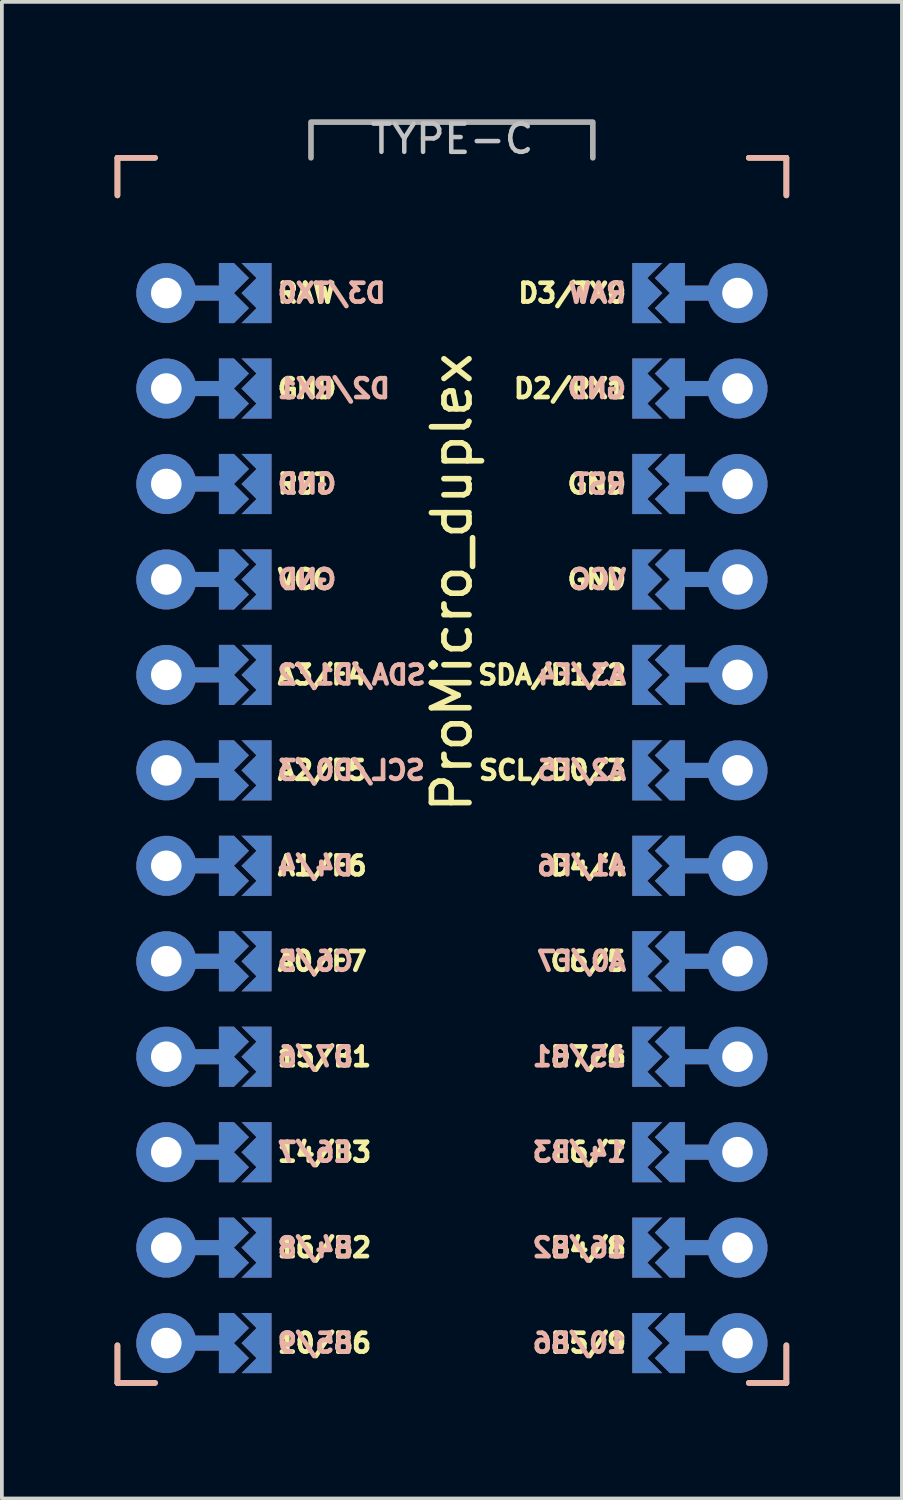
<source format=kicad_pcb>
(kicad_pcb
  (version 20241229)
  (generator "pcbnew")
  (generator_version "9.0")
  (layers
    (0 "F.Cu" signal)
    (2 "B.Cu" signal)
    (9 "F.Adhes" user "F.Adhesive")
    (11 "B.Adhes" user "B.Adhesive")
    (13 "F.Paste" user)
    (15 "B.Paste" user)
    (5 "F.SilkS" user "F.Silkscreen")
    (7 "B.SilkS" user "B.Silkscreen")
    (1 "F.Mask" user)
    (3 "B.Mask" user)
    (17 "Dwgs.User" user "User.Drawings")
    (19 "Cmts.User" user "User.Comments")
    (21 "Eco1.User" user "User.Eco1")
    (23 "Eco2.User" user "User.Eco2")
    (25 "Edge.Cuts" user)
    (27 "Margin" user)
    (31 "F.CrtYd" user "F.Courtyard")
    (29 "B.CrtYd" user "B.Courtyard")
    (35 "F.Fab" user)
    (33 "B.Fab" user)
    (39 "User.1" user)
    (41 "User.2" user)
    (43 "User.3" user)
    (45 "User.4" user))
  (footprint "ProMicro_duplex"
    (layer "F.Cu")
    (at 8.975 17.449)
    (property "Reference" "ProMicro_duplex" (at 0 -5 270) (layer "F.SilkS") (effects (font (size 1 1) (thickness 0.15))))
    (attr through_hole)
    (fp_line (start -8.9 -16.3) (end -8.9 -15.3) (stroke (width 0.15) (type solid)) (layer "F.SilkS"))
    (fp_line (start -8.9 -16.3) (end -7.9 -16.3) (stroke (width 0.15) (type solid)) (layer "F.SilkS"))
    (fp_line (start -8.9 15.3) (end -8.9 16.3) (stroke (width 0.15) (type solid)) (layer "F.SilkS"))
    (fp_line (start -8.9 16.3) (end -7.9 16.3) (stroke (width 0.15) (type solid)) (layer "F.SilkS"))
    (fp_line (start 8.9 -16.3) (end 7.9 -16.3) (stroke (width 0.15) (type solid)) (layer "F.SilkS"))
    (fp_line (start 8.9 -16.3) (end 8.9 -15.3) (stroke (width 0.15) (type solid)) (layer "F.SilkS"))
    (fp_line (start 8.9 15.3) (end 8.9 16.3) (stroke (width 0.15) (type solid)) (layer "F.SilkS"))
    (fp_line (start 8.9 16.3) (end 7.9 16.3) (stroke (width 0.15) (type solid)) (layer "F.SilkS"))
    (fp_line (start -8.9 -16.3) (end -8.9 -15.3) (stroke (width 0.15) (type solid)) (layer "B.SilkS"))
    (fp_line (start -8.9 -16.3) (end -7.9 -16.3) (stroke (width 0.15) (type solid)) (layer "B.SilkS"))
    (fp_line (start -8.9 15.3) (end -8.9 16.3) (stroke (width 0.15) (type solid)) (layer "B.SilkS"))
    (fp_line (start -8.9 16.3) (end -7.9 16.3) (stroke (width 0.15) (type solid)) (layer "B.SilkS"))
    (fp_line (start 8.9 -16.3) (end 7.9 -16.3) (stroke (width 0.15) (type solid)) (layer "B.SilkS"))
    (fp_line (start 8.9 -16.3) (end 8.9 -15.3) (stroke (width 0.15) (type solid)) (layer "B.SilkS"))
    (fp_line (start 8.9 15.3) (end 8.9 16.3) (stroke (width 0.15) (type solid)) (layer "B.SilkS"))
    (fp_line (start 8.9 16.3) (end 7.9 16.3) (stroke (width 0.15) (type solid)) (layer "B.SilkS"))
    (fp_line (start -8.9 -16.3) (end -3.75 -16.3) (stroke (width 0.15) (type solid)) (layer "Eco1.User"))
    (fp_line (start -8.9 16.3) (end -8.9 -16.3) (stroke (width 0.15) (type solid)) (layer "Eco1.User"))
    (fp_line (start -3.75 -16.3) (end 3.75 -16.3) (stroke (width 0.15) (type solid)) (layer "Eco1.User"))
    (fp_line (start 3.75 -16.3) (end 8.9 -16.3) (stroke (width 0.15) (type solid)) (layer "Eco1.User"))
    (fp_line (start 8.9 -16.3) (end 8.9 16.3) (stroke (width 0.15) (type solid)) (layer "Eco1.User"))
    (fp_line (start 8.9 16.3) (end -8.9 16.3) (stroke (width 0.15) (type solid)) (layer "Eco1.User"))
    (fp_line (start -3.75 -17.25) (end 3.75 -17.25) (stroke (width 0.15) (type solid)) (layer "F.Fab"))
    (fp_line (start -3.75 -17.2) (end -3.75 -16.3) (stroke (width 0.15) (type solid)) (layer "F.Fab"))
    (fp_line (start 3.75 -17.2) (end 3.75 -16.3) (stroke (width 0.15) (type solid)) (layer "F.Fab"))
    (fp_text user "C6/5" (at 4.7 5.08 0) (unlocked yes) (layer "F.SilkS") (effects (font (size 0.5 0.5) (thickness 0.125)) (justify right)))
    (fp_text user "RST" (at -4.7 -7.62 0) (unlocked yes) (layer "F.SilkS") (effects (font (size 0.5 0.5) (thickness 0.125)) (justify left)))
    (fp_text user "A0/F7" (at -4.7 5.08 0) (unlocked yes) (layer "F.SilkS") (effects (font (size 0.5 0.5) (thickness 0.125)) (justify left)))
    (fp_text user "B5/9" (at 4.7 15.24 0) (unlocked yes) (layer "F.SilkS") (effects (font (size 0.5 0.5) (thickness 0.125)) (justify right)))
    (fp_text user "D3/TX0" (at 4.7 -12.7 0) (unlocked yes) (layer "F.SilkS") (effects (font (size 0.5 0.5) (thickness 0.125)) (justify right)))
    (fp_text user "14/B3" (at -4.7 10.16 0) (unlocked yes) (layer "F.SilkS") (effects (font (size 0.5 0.5) (thickness 0.125)) (justify left)))
    (fp_text user "D4/4" (at 4.7 2.54 0) (unlocked yes) (layer "F.SilkS") (effects (font (size 0.5 0.5) (thickness 0.125)) (justify right)))
    (fp_text user "A2/F5" (at -4.7 0 0) (unlocked yes) (layer "F.SilkS") (effects (font (size 0.5 0.5) (thickness 0.125)) (justify left)))
    (fp_text user "16/B2" (at -4.7 12.7 0) (unlocked yes) (layer "F.SilkS") (effects (font (size 0.5 0.5) (thickness 0.125)) (justify left)))
    (fp_text user "15/B1" (at -4.7 7.62 0) (unlocked yes) (layer "F.SilkS") (effects (font (size 0.5 0.5) (thickness 0.125)) (justify left)))
    (fp_text user "D7/6" (at 4.7 7.62 0) (unlocked yes) (layer "F.SilkS") (effects (font (size 0.5 0.5) (thickness 0.125)) (justify right)))
    (fp_text user "VCC" (at -4.7 -5.08 0) (unlocked yes) (layer "F.SilkS") (effects (font (size 0.5 0.5) (thickness 0.125)) (justify left)))
    (fp_text user "B4/8" (at 4.7 12.7 0) (unlocked yes) (layer "F.SilkS") (effects (font (size 0.5 0.5) (thickness 0.125)) (justify right)))
    (fp_text user "D2/RX1" (at 4.7 -10.16 0) (unlocked yes) (layer "F.SilkS") (effects (font (size 0.5 0.5) (thickness 0.125)) (justify right)))
    (fp_text user "E6/7" (at 4.7 10.16 0) (unlocked yes) (layer "F.SilkS") (effects (font (size 0.5 0.5) (thickness 0.125)) (justify right)))
    (fp_text user "SDA/D1/2" (at 4.7 -2.54 0) (unlocked yes) (layer "F.SilkS") (effects (font (size 0.5 0.5) (thickness 0.125)) (justify right)))
    (fp_text user "GND" (at -4.7 -10.16 0) (unlocked yes) (layer "F.SilkS") (effects (font (size 0.5 0.5) (thickness 0.125)) (justify left)))
    (fp_text user "GND" (at 4.7 -5.08 0) (unlocked yes) (layer "F.SilkS") (effects (font (size 0.5 0.5) (thickness 0.125)) (justify right)))
    (fp_text user "GND" (at 4.7 -7.62 0) (unlocked yes) (layer "F.SilkS") (effects (font (size 0.5 0.5) (thickness 0.125)) (justify right)))
    (fp_text user "RAW" (at -4.7 -12.7 0) (unlocked yes) (layer "F.SilkS") (effects (font (size 0.5 0.5) (thickness 0.125)) (justify left)))
    (fp_text user "SCL/D0/3" (at 4.7 0 0) (unlocked yes) (layer "F.SilkS") (effects (font (size 0.5 0.5) (thickness 0.125)) (justify right)))
    (fp_text user "A3/F4" (at -4.7 -2.54 0) (unlocked yes) (layer "F.SilkS") (effects (font (size 0.5 0.5) (thickness 0.125)) (justify left)))
    (fp_text user "A1/F6" (at -4.7 2.54 0) (unlocked yes) (layer "F.SilkS") (effects (font (size 0.5 0.5) (thickness 0.125)) (justify left)))
    (fp_text user "10/B6" (at -4.7 15.24 0) (unlocked yes) (layer "F.SilkS") (effects (font (size 0.5 0.5) (thickness 0.125)) (justify left)))
    (fp_text user "C6/5" (at -4.7 5.08 0) (unlocked yes) (layer "B.SilkS") (effects (font (size 0.5 0.5) (thickness 0.125)) (justify right mirror)))
    (fp_text user "GND" (at -4.7 -5.08 0) (unlocked yes) (layer "B.SilkS") (effects (font (size 0.5 0.5) (thickness 0.125)) (justify right mirror)))
    (fp_text user "RAW" (at 4.7 -12.7 0) (unlocked yes) (layer "B.SilkS") (effects (font (size 0.5 0.5) (thickness 0.125)) (justify left mirror)))
    (fp_text user "B4/8" (at -4.7 12.7 0) (unlocked yes) (layer "B.SilkS") (effects (font (size 0.5 0.5) (thickness 0.125)) (justify right mirror)))
    (fp_text user "RST" (at 4.7 -7.62 0) (unlocked yes) (layer "B.SilkS") (effects (font (size 0.5 0.5) (thickness 0.125)) (justify left mirror)))
    (fp_text user "VCC" (at 4.7 -5.08 0) (unlocked yes) (layer "B.SilkS") (effects (font (size 0.5 0.5) (thickness 0.125)) (justify left mirror)))
    (fp_text user "D3/TX0" (at -4.7 -12.7 0) (unlocked yes) (layer "B.SilkS") (effects (font (size 0.5 0.5) (thickness 0.125)) (justify right mirror)))
    (fp_text user "GND" (at -4.7 -7.62 0) (unlocked yes) (layer "B.SilkS") (effects (font (size 0.5 0.5) (thickness 0.125)) (justify right mirror)))
    (fp_text user "14/B3" (at 4.7 10.16 0) (unlocked yes) (layer "B.SilkS") (effects (font (size 0.5 0.5) (thickness 0.125)) (justify left mirror)))
    (fp_text user "D7/6" (at -4.7 7.62 0) (unlocked yes) (layer "B.SilkS") (effects (font (size 0.5 0.5) (thickness 0.125)) (justify right mirror)))
    (fp_text user "D4/4" (at -4.7 2.54 0) (unlocked yes) (layer "B.SilkS") (effects (font (size 0.5 0.5) (thickness 0.125)) (justify right mirror)))
    (fp_text user "A3/F4" (at 4.7 -2.54 0) (unlocked yes) (layer "B.SilkS") (effects (font (size 0.5 0.5) (thickness 0.125)) (justify left mirror)))
    (fp_text user "E6/7" (at -4.7 10.16 0) (unlocked yes) (layer "B.SilkS") (effects (font (size 0.5 0.5) (thickness 0.125)) (justify right mirror)))
    (fp_text user "D2/RX1" (at -4.7 -10.16 0) (unlocked yes) (layer "B.SilkS") (effects (font (size 0.5 0.5) (thickness 0.125)) (justify right mirror)))
    (fp_text user "SCL/D0/3" (at -4.7 0 0) (unlocked yes) (layer "B.SilkS") (effects (font (size 0.5 0.5) (thickness 0.125)) (justify right mirror)))
    (fp_text user "B5/9" (at -4.7 15.24 0) (unlocked yes) (layer "B.SilkS") (effects (font (size 0.5 0.5) (thickness 0.125)) (justify right mirror)))
    (fp_text user "15/B1" (at 4.7 7.62 0) (unlocked yes) (layer "B.SilkS") (effects (font (size 0.5 0.5) (thickness 0.125)) (justify left mirror)))
    (fp_text user "A0/F7" (at 4.7 5.08 0) (unlocked yes) (layer "B.SilkS") (effects (font (size 0.5 0.5) (thickness 0.125)) (justify left mirror)))
    (fp_text user "10/B6" (at 4.7 15.24 0) (unlocked yes) (layer "B.SilkS") (effects (font (size 0.5 0.5) (thickness 0.125)) (justify left mirror)))
    (fp_text user "GND" (at 4.7 -10.16 0) (unlocked yes) (layer "B.SilkS") (effects (font (size 0.5 0.5) (thickness 0.125)) (justify left mirror)))
    (fp_text user "16/B2" (at 4.7 12.7 0) (unlocked yes) (layer "B.SilkS") (effects (font (size 0.5 0.5) (thickness 0.125)) (justify left mirror)))
    (fp_text user "SDA/D1/2" (at -4.7 -2.54 0) (unlocked yes) (layer "B.SilkS") (effects (font (size 0.5 0.5) (thickness 0.125)) (justify right mirror)))
    (fp_text user "A1/F6" (at 4.7 2.54 0) (unlocked yes) (layer "B.SilkS") (effects (font (size 0.5 0.5) (thickness 0.125)) (justify left mirror)))
    (fp_text user "A2/F5" (at 4.7 0 0) (unlocked yes) (layer "B.SilkS") (effects (font (size 0.5 0.5) (thickness 0.125)) (justify left mirror)))
    (fp_text user "TYPE-C" (at 0 -16.8 0) (layer "Dwgs.User") (effects (font (size 0.75 0.75) (thickness 0.12))))
    (pad "" thru_hole custom (at -7.6 -12.7 90) (size 1.6 1.6) (drill 0.813) (layers "*.Cu" "*.Paste" "*.Mask") (options (anchor circle)) (primitives (gr_poly (pts (xy 0.2 0.7) (xy 0.2 1.4) (xy 0.8 1.4) (xy 0.8 1.8) (xy 0.4 2.2) (xy 0 1.8) (xy -0.4 2.2) (xy -0.8 1.8) (xy -0.8 1.4) (xy -0.2 1.4) (xy -0.2 0.7)) (width 0) (fill yes))))
    (pad "" thru_hole custom (at -7.6 -10.16 90) (size 1.6 1.6) (drill 0.813) (layers "*.Cu" "*.Paste" "*.Mask") (options (anchor circle)) (primitives (gr_poly (pts (xy 0.2 0.7) (xy 0.2 1.4) (xy 0.8 1.4) (xy 0.8 1.8) (xy 0.4 2.2) (xy 0 1.8) (xy -0.4 2.2) (xy -0.8 1.8) (xy -0.8 1.4) (xy -0.2 1.4) (xy -0.2 0.7)) (width 0) (fill yes))))
    (pad "" thru_hole custom (at -7.6 -7.62 90) (size 1.6 1.6) (drill 0.813) (layers "*.Cu" "*.Paste" "*.Mask") (options (anchor circle)) (primitives (gr_poly (pts (xy 0.2 0.7) (xy 0.2 1.4) (xy 0.8 1.4) (xy 0.8 1.8) (xy 0.4 2.2) (xy 0 1.8) (xy -0.4 2.2) (xy -0.8 1.8) (xy -0.8 1.4) (xy -0.2 1.4) (xy -0.2 0.7)) (width 0) (fill yes))))
    (pad "" thru_hole custom (at -7.6 -5.08 90) (size 1.6 1.6) (drill 0.813) (layers "*.Cu" "*.Paste" "*.Mask") (options (anchor circle)) (primitives (gr_poly (pts (xy 0.2 0.7) (xy 0.2 1.4) (xy 0.8 1.4) (xy 0.8 1.8) (xy 0.4 2.2) (xy 0 1.8) (xy -0.4 2.2) (xy -0.8 1.8) (xy -0.8 1.4) (xy -0.2 1.4) (xy -0.2 0.7)) (width 0) (fill yes))))
    (pad "" thru_hole custom (at -7.6 -2.54 90) (size 1.6 1.6) (drill 0.813) (layers "*.Cu" "*.Paste" "*.Mask") (options (anchor circle)) (primitives (gr_poly (pts (xy 0.2 0.7) (xy 0.2 1.4) (xy 0.8 1.4) (xy 0.8 1.8) (xy 0.4 2.2) (xy 0 1.8) (xy -0.4 2.2) (xy -0.8 1.8) (xy -0.8 1.4) (xy -0.2 1.4) (xy -0.2 0.7)) (width 0) (fill yes))))
    (pad "" thru_hole custom (at -7.6 0 90) (size 1.6 1.6) (drill 0.813) (layers "*.Cu" "*.Paste" "*.Mask") (options (anchor circle)) (primitives (gr_poly (pts (xy 0.2 0.7) (xy 0.2 1.4) (xy 0.8 1.4) (xy 0.8 1.8) (xy 0.4 2.2) (xy 0 1.8) (xy -0.4 2.2) (xy -0.8 1.8) (xy -0.8 1.4) (xy -0.2 1.4) (xy -0.2 0.7)) (width 0) (fill yes))))
    (pad "" thru_hole custom (at -7.6 2.54 90) (size 1.6 1.6) (drill 0.813) (layers "*.Cu" "*.Paste" "*.Mask") (options (anchor circle)) (primitives (gr_poly (pts (xy 0.2 0.7) (xy 0.2 1.4) (xy 0.8 1.4) (xy 0.8 1.8) (xy 0.4 2.2) (xy 0 1.8) (xy -0.4 2.2) (xy -0.8 1.8) (xy -0.8 1.4) (xy -0.2 1.4) (xy -0.2 0.7)) (width 0) (fill yes))))
    (pad "" thru_hole custom (at -7.6 5.08 90) (size 1.6 1.6) (drill 0.813) (layers "*.Cu" "*.Paste" "*.Mask") (options (anchor circle)) (primitives (gr_poly (pts (xy 0.2 0.7) (xy 0.2 1.4) (xy 0.8 1.4) (xy 0.8 1.8) (xy 0.4 2.2) (xy 0 1.8) (xy -0.4 2.2) (xy -0.8 1.8) (xy -0.8 1.4) (xy -0.2 1.4) (xy -0.2 0.7)) (width 0) (fill yes))))
    (pad "" thru_hole custom (at -7.6 7.62 90) (size 1.6 1.6) (drill 0.813) (layers "*.Cu" "*.Paste" "*.Mask") (options (anchor circle)) (primitives (gr_poly (pts (xy 0.2 0.7) (xy 0.2 1.4) (xy 0.8 1.4) (xy 0.8 1.8) (xy 0.4 2.2) (xy 0 1.8) (xy -0.4 2.2) (xy -0.8 1.8) (xy -0.8 1.4) (xy -0.2 1.4) (xy -0.2 0.7)) (width 0) (fill yes))))
    (pad "" thru_hole custom (at -7.6 10.16 90) (size 1.6 1.6) (drill 0.813) (layers "*.Cu" "*.Paste" "*.Mask") (options (anchor circle)) (primitives (gr_poly (pts (xy 0.2 0.7) (xy 0.2 1.4) (xy 0.8 1.4) (xy 0.8 1.8) (xy 0.4 2.2) (xy 0 1.8) (xy -0.4 2.2) (xy -0.8 1.8) (xy -0.8 1.4) (xy -0.2 1.4) (xy -0.2 0.7)) (width 0) (fill yes))))
    (pad "" thru_hole custom (at -7.6 12.7 90) (size 1.6 1.6) (drill 0.813) (layers "*.Cu" "*.Paste" "*.Mask") (options (anchor circle)) (primitives (gr_poly (pts (xy 0.2 0.7) (xy 0.2 1.4) (xy 0.8 1.4) (xy 0.8 1.8) (xy 0.4 2.2) (xy 0 1.8) (xy -0.4 2.2) (xy -0.8 1.8) (xy -0.8 1.4) (xy -0.2 1.4) (xy -0.2 0.7)) (width 0) (fill yes))))
    (pad "" thru_hole custom (at -7.6 15.24 90) (size 1.6 1.6) (drill 0.813) (layers "*.Cu" "*.Paste" "*.Mask") (options (anchor circle)) (primitives (gr_poly (pts (xy 0.2 0.7) (xy 0.2 1.4) (xy 0.8 1.4) (xy 0.8 1.8) (xy 0.4 2.2) (xy 0 1.8) (xy -0.4 2.2) (xy -0.8 1.8) (xy -0.8 1.4) (xy -0.2 1.4) (xy -0.2 0.7)) (width 0) (fill yes))))
    (pad "" thru_hole custom (at 7.6 -12.7 270) (size 1.6 1.6) (drill 0.813) (layers "*.Cu" "*.Paste" "*.Mask") (options (anchor circle)) (primitives (gr_poly (pts (xy -0.2 0.7) (xy -0.2 1.4) (xy -0.8 1.4) (xy -0.8 1.8) (xy -0.4 2.2) (xy 0 1.8) (xy 0.4 2.2) (xy 0.8 1.8) (xy 0.8 1.4) (xy 0.2 1.4) (xy 0.2 0.7)) (width 0) (fill yes))))
    (pad "" thru_hole custom (at 7.6 -10.16 270) (size 1.6 1.6) (drill 0.813) (layers "*.Cu" "*.Paste" "*.Mask") (options (anchor circle)) (primitives (gr_poly (pts (xy -0.2 0.7) (xy -0.2 1.4) (xy -0.8 1.4) (xy -0.8 1.8) (xy -0.4 2.2) (xy 0 1.8) (xy 0.4 2.2) (xy 0.8 1.8) (xy 0.8 1.4) (xy 0.2 1.4) (xy 0.2 0.7)) (width 0) (fill yes))))
    (pad "" thru_hole custom (at 7.6 -7.62 270) (size 1.6 1.6) (drill 0.813) (layers "*.Cu" "*.Paste" "*.Mask") (options (anchor circle)) (primitives (gr_poly (pts (xy -0.2 0.7) (xy -0.2 1.4) (xy -0.8 1.4) (xy -0.8 1.8) (xy -0.4 2.2) (xy 0 1.8) (xy 0.4 2.2) (xy 0.8 1.8) (xy 0.8 1.4) (xy 0.2 1.4) (xy 0.2 0.7)) (width 0) (fill yes))))
    (pad "" thru_hole custom (at 7.6 -5.08 270) (size 1.6 1.6) (drill 0.813) (layers "*.Cu" "*.Paste" "*.Mask") (options (anchor circle)) (primitives (gr_poly (pts (xy -0.2 0.7) (xy -0.2 1.4) (xy -0.8 1.4) (xy -0.8 1.8) (xy -0.4 2.2) (xy 0 1.8) (xy 0.4 2.2) (xy 0.8 1.8) (xy 0.8 1.4) (xy 0.2 1.4) (xy 0.2 0.7)) (width 0) (fill yes))))
    (pad "" thru_hole custom (at 7.6 -2.54 270) (size 1.6 1.6) (drill 0.813) (layers "*.Cu" "*.Paste" "*.Mask") (options (anchor circle)) (primitives (gr_poly (pts (xy -0.2 0.7) (xy -0.2 1.4) (xy -0.8 1.4) (xy -0.8 1.8) (xy -0.4 2.2) (xy 0 1.8) (xy 0.4 2.2) (xy 0.8 1.8) (xy 0.8 1.4) (xy 0.2 1.4) (xy 0.2 0.7)) (width 0) (fill yes))))
    (pad "" thru_hole custom (at 7.6 0 270) (size 1.6 1.6) (drill 0.813) (layers "*.Cu" "*.Paste" "*.Mask") (options (anchor circle)) (primitives (gr_poly (pts (xy -0.2 0.7) (xy -0.2 1.4) (xy -0.8 1.4) (xy -0.8 1.8) (xy -0.4 2.2) (xy 0 1.8) (xy 0.4 2.2) (xy 0.8 1.8) (xy 0.8 1.4) (xy 0.2 1.4) (xy 0.2 0.7)) (width 0) (fill yes))))
    (pad "" thru_hole custom (at 7.6 2.54 270) (size 1.6 1.6) (drill 0.813) (layers "*.Cu" "*.Paste" "*.Mask") (options (anchor circle)) (primitives (gr_poly (pts (xy -0.2 0.7) (xy -0.2 1.4) (xy -0.8 1.4) (xy -0.8 1.8) (xy -0.4 2.2) (xy 0 1.8) (xy 0.4 2.2) (xy 0.8 1.8) (xy 0.8 1.4) (xy 0.2 1.4) (xy 0.2 0.7)) (width 0) (fill yes))))
    (pad "" thru_hole custom (at 7.6 5.08 270) (size 1.6 1.6) (drill 0.813) (layers "*.Cu" "*.Paste" "*.Mask") (options (anchor circle)) (primitives (gr_poly (pts (xy -0.2 0.7) (xy -0.2 1.4) (xy -0.8 1.4) (xy -0.8 1.8) (xy -0.4 2.2) (xy 0 1.8) (xy 0.4 2.2) (xy 0.8 1.8) (xy 0.8 1.4) (xy 0.2 1.4) (xy 0.2 0.7)) (width 0) (fill yes))))
    (pad "" thru_hole custom (at 7.6 7.62 270) (size 1.6 1.6) (drill 0.813) (layers "*.Cu" "*.Paste" "*.Mask") (options (anchor circle)) (primitives (gr_poly (pts (xy -0.2 0.7) (xy -0.2 1.4) (xy -0.8 1.4) (xy -0.8 1.8) (xy -0.4 2.2) (xy 0 1.8) (xy 0.4 2.2) (xy 0.8 1.8) (xy 0.8 1.4) (xy 0.2 1.4) (xy 0.2 0.7)) (width 0) (fill yes))))
    (pad "" thru_hole custom (at 7.6 10.16 270) (size 1.6 1.6) (drill 0.813) (layers "*.Cu" "*.Paste" "*.Mask") (options (anchor circle)) (primitives (gr_poly (pts (xy -0.2 0.7) (xy -0.2 1.4) (xy -0.8 1.4) (xy -0.8 1.8) (xy -0.4 2.2) (xy 0 1.8) (xy 0.4 2.2) (xy 0.8 1.8) (xy 0.8 1.4) (xy 0.2 1.4) (xy 0.2 0.7)) (width 0) (fill yes))))
    (pad "" thru_hole custom (at 7.6 12.7 270) (size 1.6 1.6) (drill 0.813) (layers "*.Cu" "*.Paste" "*.Mask") (options (anchor circle)) (primitives (gr_poly (pts (xy -0.2 0.7) (xy -0.2 1.4) (xy -0.8 1.4) (xy -0.8 1.8) (xy -0.4 2.2) (xy 0 1.8) (xy 0.4 2.2) (xy 0.8 1.8) (xy 0.8 1.4) (xy 0.2 1.4) (xy 0.2 0.7)) (width 0) (fill yes))))
    (pad "" thru_hole custom (at 7.6 15.24 270) (size 1.6 1.6) (drill 0.813) (layers "*.Cu" "*.Paste" "*.Mask") (options (anchor circle)) (primitives (gr_poly (pts (xy -0.2 0.7) (xy -0.2 1.4) (xy -0.8 1.4) (xy -0.8 1.8) (xy -0.4 2.2) (xy 0 1.8) (xy 0.4 2.2) (xy 0.8 1.8) (xy 0.8 1.4) (xy 0.2 1.4) (xy 0.2 0.7)) (width 0) (fill yes))))
    (pad "1" smd custom (at -4.9 -12.7) (size 0.2 1.6) (layers "B.Cu" "B.Mask" "B.Paste") (options (anchor rect)) (primitives (gr_poly (pts (xy -0.7 -0.8) (xy -0.3 -0.4) (xy -0.7 0) (xy -0.3 0.4) (xy -0.7 0.8) (xy 0.1 0.8) (xy -0.1 0) (xy 0.1 -0.8)) (width 0) (fill yes))))
    (pad "1" smd custom (at 4.9 -12.7) (size 0.2 1.6) (layers "F.Cu" "F.Mask" "F.Paste") (options (anchor rect)) (primitives (gr_poly (pts (xy 0.7 -0.8) (xy 0.3 -0.4) (xy 0.7 0) (xy 0.3 0.4) (xy 0.7 0.8) (xy -0.1 0.8) (xy 0.1 0) (xy -0.1 -0.8)) (width 0) (fill yes))))
    (pad "2" smd custom (at -4.9 -10.16) (size 0.2 1.6) (layers "B.Cu" "B.Mask" "B.Paste") (options (anchor rect)) (primitives (gr_poly (pts (xy -0.7 -0.8) (xy -0.3 -0.4) (xy -0.7 0) (xy -0.3 0.4) (xy -0.7 0.8) (xy 0.1 0.8) (xy -0.1 0) (xy 0.1 -0.8)) (width 0) (fill yes))))
    (pad "2" smd custom (at 4.9 -10.16) (size 0.2 1.6) (layers "F.Cu" "F.Mask" "F.Paste") (options (anchor rect)) (primitives (gr_poly (pts (xy 0.7 -0.8) (xy 0.3 -0.4) (xy 0.7 0) (xy 0.3 0.4) (xy 0.7 0.8) (xy -0.1 0.8) (xy 0.1 0) (xy -0.1 -0.8)) (width 0) (fill yes))))
    (pad "3" smd custom (at -4.9 -7.62) (size 0.2 1.6) (layers "B.Cu" "B.Mask" "B.Paste") (options (anchor rect)) (primitives (gr_poly (pts (xy -0.7 -0.8) (xy -0.3 -0.4) (xy -0.7 0) (xy -0.3 0.4) (xy -0.7 0.8) (xy 0.1 0.8) (xy -0.1 0) (xy 0.1 -0.8)) (width 0) (fill yes))))
    (pad "3" smd custom (at 4.9 -7.62) (size 0.2 1.6) (layers "F.Cu" "F.Mask" "F.Paste") (options (anchor rect)) (primitives (gr_poly (pts (xy 0.7 -0.8) (xy 0.3 -0.4) (xy 0.7 0) (xy 0.3 0.4) (xy 0.7 0.8) (xy -0.1 0.8) (xy 0.1 0) (xy -0.1 -0.8)) (width 0) (fill yes))))
    (pad "4" smd custom (at -4.9 -5.08) (size 0.2 1.6) (layers "B.Cu" "B.Mask" "B.Paste") (options (anchor rect)) (primitives (gr_poly (pts (xy -0.7 -0.8) (xy -0.3 -0.4) (xy -0.7 0) (xy -0.3 0.4) (xy -0.7 0.8) (xy 0.1 0.8) (xy -0.1 0) (xy 0.1 -0.8)) (width 0) (fill yes))))
    (pad "4" smd custom (at 4.9 -5.08) (size 0.2 1.6) (layers "F.Cu" "F.Mask" "F.Paste") (options (anchor rect)) (primitives (gr_poly (pts (xy 0.7 -0.8) (xy 0.3 -0.4) (xy 0.7 0) (xy 0.3 0.4) (xy 0.7 0.8) (xy -0.1 0.8) (xy 0.1 0) (xy -0.1 -0.8)) (width 0) (fill yes))))
    (pad "5" smd custom (at -4.9 -2.54) (size 0.2 1.6) (layers "B.Cu" "B.Mask" "B.Paste") (options (anchor rect)) (primitives (gr_poly (pts (xy -0.7 -0.8) (xy -0.3 -0.4) (xy -0.7 0) (xy -0.3 0.4) (xy -0.7 0.8) (xy 0.1 0.8) (xy -0.1 0) (xy 0.1 -0.8)) (width 0) (fill yes))))
    (pad "5" smd custom (at 4.9 -2.54) (size 0.2 1.6) (layers "F.Cu" "F.Mask" "F.Paste") (options (anchor rect)) (primitives (gr_poly (pts (xy 0.7 -0.8) (xy 0.3 -0.4) (xy 0.7 0) (xy 0.3 0.4) (xy 0.7 0.8) (xy -0.1 0.8) (xy 0.1 0) (xy -0.1 -0.8)) (width 0) (fill yes))))
    (pad "6" smd custom (at -4.9 0) (size 0.2 1.6) (layers "B.Cu" "B.Mask" "B.Paste") (options (anchor rect)) (primitives (gr_poly (pts (xy -0.7 -0.8) (xy -0.3 -0.4) (xy -0.7 0) (xy -0.3 0.4) (xy -0.7 0.8) (xy 0.1 0.8) (xy -0.1 0) (xy 0.1 -0.8)) (width 0) (fill yes))))
    (pad "6" smd custom (at 4.9 0) (size 0.2 1.6) (layers "F.Cu" "F.Mask" "F.Paste") (options (anchor rect)) (primitives (gr_poly (pts (xy 0.7 -0.8) (xy 0.3 -0.4) (xy 0.7 0) (xy 0.3 0.4) (xy 0.7 0.8) (xy -0.1 0.8) (xy 0.1 0) (xy -0.1 -0.8)) (width 0) (fill yes))))
    (pad "7" smd custom (at -4.9 2.54) (size 0.2 1.6) (layers "B.Cu" "B.Mask" "B.Paste") (options (anchor rect)) (primitives (gr_poly (pts (xy -0.7 -0.8) (xy -0.3 -0.4) (xy -0.7 0) (xy -0.3 0.4) (xy -0.7 0.8) (xy 0.1 0.8) (xy -0.1 0) (xy 0.1 -0.8)) (width 0) (fill yes))))
    (pad "7" smd custom (at 4.9 2.54) (size 0.2 1.6) (layers "F.Cu" "F.Mask" "F.Paste") (options (anchor rect)) (primitives (gr_poly (pts (xy 0.7 -0.8) (xy 0.3 -0.4) (xy 0.7 0) (xy 0.3 0.4) (xy 0.7 0.8) (xy -0.1 0.8) (xy 0.1 0) (xy -0.1 -0.8)) (width 0) (fill yes))))
    (pad "8" smd custom (at -4.9 5.08) (size 0.2 1.6) (layers "B.Cu" "B.Mask" "B.Paste") (options (anchor rect)) (primitives (gr_poly (pts (xy -0.7 -0.8) (xy -0.3 -0.4) (xy -0.7 0) (xy -0.3 0.4) (xy -0.7 0.8) (xy 0.1 0.8) (xy -0.1 0) (xy 0.1 -0.8)) (width 0) (fill yes))))
    (pad "8" smd custom (at 4.9 5.08) (size 0.2 1.6) (layers "F.Cu" "F.Mask" "F.Paste") (options (anchor rect)) (primitives (gr_poly (pts (xy 0.7 -0.8) (xy 0.3 -0.4) (xy 0.7 0) (xy 0.3 0.4) (xy 0.7 0.8) (xy -0.1 0.8) (xy 0.1 0) (xy -0.1 -0.8)) (width 0) (fill yes))))
    (pad "9" smd custom (at -4.9 7.62) (size 0.2 1.6) (layers "B.Cu" "B.Mask" "B.Paste") (options (anchor rect)) (primitives (gr_poly (pts (xy -0.7 -0.8) (xy -0.3 -0.4) (xy -0.7 0) (xy -0.3 0.4) (xy -0.7 0.8) (xy 0.1 0.8) (xy -0.1 0) (xy 0.1 -0.8)) (width 0) (fill yes))))
    (pad "9" smd custom (at 4.9 7.62) (size 0.2 1.6) (layers "F.Cu" "F.Mask" "F.Paste") (options (anchor rect)) (primitives (gr_poly (pts (xy 0.7 -0.8) (xy 0.3 -0.4) (xy 0.7 0) (xy 0.3 0.4) (xy 0.7 0.8) (xy -0.1 0.8) (xy 0.1 0) (xy -0.1 -0.8)) (width 0) (fill yes))))
    (pad "10" smd custom (at -4.9 10.16) (size 0.2 1.6) (layers "B.Cu" "B.Mask" "B.Paste") (options (anchor rect)) (primitives (gr_poly (pts (xy -0.7 -0.8) (xy -0.3 -0.4) (xy -0.7 0) (xy -0.3 0.4) (xy -0.7 0.8) (xy 0.1 0.8) (xy -0.1 0) (xy 0.1 -0.8)) (width 0) (fill yes))))
    (pad "10" smd custom (at 4.9 10.16) (size 0.2 1.6) (layers "F.Cu" "F.Mask" "F.Paste") (options (anchor rect)) (primitives (gr_poly (pts (xy 0.7 -0.8) (xy 0.3 -0.4) (xy 0.7 0) (xy 0.3 0.4) (xy 0.7 0.8) (xy -0.1 0.8) (xy 0.1 0) (xy -0.1 -0.8)) (width 0) (fill yes))))
    (pad "11" smd custom (at -4.9 12.7) (size 0.2 1.6) (layers "B.Cu" "B.Mask" "B.Paste") (options (anchor rect)) (primitives (gr_poly (pts (xy -0.7 -0.8) (xy -0.3 -0.4) (xy -0.7 0) (xy -0.3 0.4) (xy -0.7 0.8) (xy 0.1 0.8) (xy -0.1 0) (xy 0.1 -0.8)) (width 0) (fill yes))))
    (pad "11" smd custom (at 4.9 12.7) (size 0.2 1.6) (layers "F.Cu" "F.Mask" "F.Paste") (options (anchor rect)) (primitives (gr_poly (pts (xy 0.7 -0.8) (xy 0.3 -0.4) (xy 0.7 0) (xy 0.3 0.4) (xy 0.7 0.8) (xy -0.1 0.8) (xy 0.1 0) (xy -0.1 -0.8)) (width 0) (fill yes))))
    (pad "12" smd custom (at -4.9 15.24) (size 0.2 1.6) (layers "B.Cu" "B.Mask" "B.Paste") (options (anchor rect)) (primitives (gr_poly (pts (xy -0.7 -0.8) (xy -0.3 -0.4) (xy -0.7 0) (xy -0.3 0.4) (xy -0.7 0.8) (xy 0.1 0.8) (xy -0.1 0) (xy 0.1 -0.8)) (width 0) (fill yes))))
    (pad "12" smd custom (at 4.9 15.24) (size 0.2 1.6) (layers "F.Cu" "F.Mask" "F.Paste") (options (anchor rect)) (primitives (gr_poly (pts (xy 0.7 -0.8) (xy 0.3 -0.4) (xy 0.7 0) (xy 0.3 0.4) (xy 0.7 0.8) (xy -0.1 0.8) (xy 0.1 0) (xy -0.1 -0.8)) (width 0) (fill yes))))
    (pad "13" smd custom (at -4.9 15.24) (size 0.2 1.6) (layers "F.Cu" "F.Mask" "F.Paste") (options (anchor rect)) (primitives (gr_poly (pts (xy -0.7 -0.8) (xy -0.3 -0.4) (xy -0.7 0) (xy -0.3 0.4) (xy -0.7 0.8) (xy 0.1 0.8) (xy -0.1 0) (xy 0.1 -0.8)) (width 0) (fill yes))))
    (pad "13" smd custom (at 4.9 15.24) (size 0.2 1.6) (layers "B.Cu" "B.Mask" "B.Paste") (options (anchor rect)) (primitives (gr_poly (pts (xy 0.7 -0.8) (xy 0.3 -0.4) (xy 0.7 0) (xy 0.3 0.4) (xy 0.7 0.8) (xy -0.1 0.8) (xy 0.1 0) (xy -0.1 -0.8)) (width 0) (fill yes))))
    (pad "14" smd custom (at -4.9 12.7) (size 0.2 1.6) (layers "F.Cu" "F.Mask" "F.Paste") (options (anchor rect)) (primitives (gr_poly (pts (xy -0.7 -0.8) (xy -0.3 -0.4) (xy -0.7 0) (xy -0.3 0.4) (xy -0.7 0.8) (xy 0.1 0.8) (xy -0.1 0) (xy 0.1 -0.8)) (width 0) (fill yes))))
    (pad "14" smd custom (at 4.9 12.7) (size 0.2 1.6) (layers "B.Cu" "B.Mask" "B.Paste") (options (anchor rect)) (primitives (gr_poly (pts (xy 0.7 -0.8) (xy 0.3 -0.4) (xy 0.7 0) (xy 0.3 0.4) (xy 0.7 0.8) (xy -0.1 0.8) (xy 0.1 0) (xy -0.1 -0.8)) (width 0) (fill yes))))
    (pad "15" smd custom (at -4.9 10.16) (size 0.2 1.6) (layers "F.Cu" "F.Mask" "F.Paste") (options (anchor rect)) (primitives (gr_poly (pts (xy -0.7 -0.8) (xy -0.3 -0.4) (xy -0.7 0) (xy -0.3 0.4) (xy -0.7 0.8) (xy 0.1 0.8) (xy -0.1 0) (xy 0.1 -0.8)) (width 0) (fill yes))))
    (pad "15" smd custom (at 4.9 10.16) (size 0.2 1.6) (layers "B.Cu" "B.Mask" "B.Paste") (options (anchor rect)) (primitives (gr_poly (pts (xy 0.7 -0.8) (xy 0.3 -0.4) (xy 0.7 0) (xy 0.3 0.4) (xy 0.7 0.8) (xy -0.1 0.8) (xy 0.1 0) (xy -0.1 -0.8)) (width 0) (fill yes))))
    (pad "16" smd custom (at -4.9 7.62) (size 0.2 1.6) (layers "F.Cu" "F.Mask" "F.Paste") (options (anchor rect)) (primitives (gr_poly (pts (xy -0.7 -0.8) (xy -0.3 -0.4) (xy -0.7 0) (xy -0.3 0.4) (xy -0.7 0.8) (xy 0.1 0.8) (xy -0.1 0) (xy 0.1 -0.8)) (width 0) (fill yes))))
    (pad "16" smd custom (at 4.9 7.62) (size 0.2 1.6) (layers "B.Cu" "B.Mask" "B.Paste") (options (anchor rect)) (primitives (gr_poly (pts (xy 0.7 -0.8) (xy 0.3 -0.4) (xy 0.7 0) (xy 0.3 0.4) (xy 0.7 0.8) (xy -0.1 0.8) (xy 0.1 0) (xy -0.1 -0.8)) (width 0) (fill yes))))
    (pad "17" smd custom (at -4.9 5.08) (size 0.2 1.6) (layers "F.Cu" "F.Mask" "F.Paste") (options (anchor rect)) (primitives (gr_poly (pts (xy -0.7 -0.8) (xy -0.3 -0.4) (xy -0.7 0) (xy -0.3 0.4) (xy -0.7 0.8) (xy 0.1 0.8) (xy -0.1 0) (xy 0.1 -0.8)) (width 0) (fill yes))))
    (pad "17" smd custom (at 4.9 5.08) (size 0.2 1.6) (layers "B.Cu" "B.Mask" "B.Paste") (options (anchor rect)) (primitives (gr_poly (pts (xy 0.7 -0.8) (xy 0.3 -0.4) (xy 0.7 0) (xy 0.3 0.4) (xy 0.7 0.8) (xy -0.1 0.8) (xy 0.1 0) (xy -0.1 -0.8)) (width 0) (fill yes))))
    (pad "18" smd custom (at -4.9 2.54) (size 0.2 1.6) (layers "F.Cu" "F.Mask" "F.Paste") (options (anchor rect)) (primitives (gr_poly (pts (xy -0.7 -0.8) (xy -0.3 -0.4) (xy -0.7 0) (xy -0.3 0.4) (xy -0.7 0.8) (xy 0.1 0.8) (xy -0.1 0) (xy 0.1 -0.8)) (width 0) (fill yes))))
    (pad "18" smd custom (at 4.9 2.54) (size 0.2 1.6) (layers "B.Cu" "B.Mask" "B.Paste") (options (anchor rect)) (primitives (gr_poly (pts (xy 0.7 -0.8) (xy 0.3 -0.4) (xy 0.7 0) (xy 0.3 0.4) (xy 0.7 0.8) (xy -0.1 0.8) (xy 0.1 0) (xy -0.1 -0.8)) (width 0) (fill yes))))
    (pad "19" smd custom (at -4.9 0) (size 0.2 1.6) (layers "F.Cu" "F.Mask" "F.Paste") (options (anchor rect)) (primitives (gr_poly (pts (xy -0.7 -0.8) (xy -0.3 -0.4) (xy -0.7 0) (xy -0.3 0.4) (xy -0.7 0.8) (xy 0.1 0.8) (xy -0.1 0) (xy 0.1 -0.8)) (width 0) (fill yes))))
    (pad "19" smd custom (at 4.9 0) (size 0.2 1.6) (layers "B.Cu" "B.Mask" "B.Paste") (options (anchor rect)) (primitives (gr_poly (pts (xy 0.7 -0.8) (xy 0.3 -0.4) (xy 0.7 0) (xy 0.3 0.4) (xy 0.7 0.8) (xy -0.1 0.8) (xy 0.1 0) (xy -0.1 -0.8)) (width 0) (fill yes))))
    (pad "20" smd custom (at -4.9 -2.54) (size 0.2 1.6) (layers "F.Cu" "F.Mask" "F.Paste") (options (anchor rect)) (primitives (gr_poly (pts (xy -0.7 -0.8) (xy -0.3 -0.4) (xy -0.7 0) (xy -0.3 0.4) (xy -0.7 0.8) (xy 0.1 0.8) (xy -0.1 0) (xy 0.1 -0.8)) (width 0) (fill yes))))
    (pad "20" smd custom (at 4.9 -2.54) (size 0.2 1.6) (layers "B.Cu" "B.Mask" "B.Paste") (options (anchor rect)) (primitives (gr_poly (pts (xy 0.7 -0.8) (xy 0.3 -0.4) (xy 0.7 0) (xy 0.3 0.4) (xy 0.7 0.8) (xy -0.1 0.8) (xy 0.1 0) (xy -0.1 -0.8)) (width 0) (fill yes))))
    (pad "21" smd custom (at -4.9 -5.08) (size 0.2 1.6) (layers "F.Cu" "F.Mask" "F.Paste") (options (anchor rect)) (primitives (gr_poly (pts (xy -0.7 -0.8) (xy -0.3 -0.4) (xy -0.7 0) (xy -0.3 0.4) (xy -0.7 0.8) (xy 0.1 0.8) (xy -0.1 0) (xy 0.1 -0.8)) (width 0) (fill yes))))
    (pad "21" smd custom (at 4.9 -5.08) (size 0.2 1.6) (layers "B.Cu" "B.Mask" "B.Paste") (options (anchor rect)) (primitives (gr_poly (pts (xy 0.7 -0.8) (xy 0.3 -0.4) (xy 0.7 0) (xy 0.3 0.4) (xy 0.7 0.8) (xy -0.1 0.8) (xy 0.1 0) (xy -0.1 -0.8)) (width 0) (fill yes))))
    (pad "22" smd custom (at -4.9 -7.62) (size 0.2 1.6) (layers "F.Cu" "F.Mask" "F.Paste") (options (anchor rect)) (primitives (gr_poly (pts (xy -0.7 -0.8) (xy -0.3 -0.4) (xy -0.7 0) (xy -0.3 0.4) (xy -0.7 0.8) (xy 0.1 0.8) (xy -0.1 0) (xy 0.1 -0.8)) (width 0) (fill yes))))
    (pad "22" smd custom (at 4.9 -7.62) (size 0.2 1.6) (layers "B.Cu" "B.Mask" "B.Paste") (options (anchor rect)) (primitives (gr_poly (pts (xy 0.7 -0.8) (xy 0.3 -0.4) (xy 0.7 0) (xy 0.3 0.4) (xy 0.7 0.8) (xy -0.1 0.8) (xy 0.1 0) (xy -0.1 -0.8)) (width 0) (fill yes))))
    (pad "23" smd custom (at -4.9 -10.16) (size 0.2 1.6) (layers "F.Cu" "F.Mask" "F.Paste") (options (anchor rect)) (primitives (gr_poly (pts (xy -0.7 -0.8) (xy -0.3 -0.4) (xy -0.7 0) (xy -0.3 0.4) (xy -0.7 0.8) (xy 0.1 0.8) (xy -0.1 0) (xy 0.1 -0.8)) (width 0) (fill yes))))
    (pad "23" smd custom (at 4.9 -10.16) (size 0.2 1.6) (layers "B.Cu" "B.Mask" "B.Paste") (options (anchor rect)) (primitives (gr_poly (pts (xy 0.7 -0.8) (xy 0.3 -0.4) (xy 0.7 0) (xy 0.3 0.4) (xy 0.7 0.8) (xy -0.1 0.8) (xy 0.1 0) (xy -0.1 -0.8)) (width 0) (fill yes))))
    (pad "24" smd custom (at -4.9 -12.7) (size 0.2 1.6) (layers "F.Cu" "F.Mask" "F.Paste") (options (anchor rect)) (primitives (gr_poly (pts (xy -0.7 -0.8) (xy -0.3 -0.4) (xy -0.7 0) (xy -0.3 0.4) (xy -0.7 0.8) (xy 0.1 0.8) (xy -0.1 0) (xy 0.1 -0.8)) (width 0) (fill yes))))
    (pad "24" smd custom (at 4.9 -12.7) (size 0.2 1.6) (layers "B.Cu" "B.Mask" "B.Paste") (options (anchor rect)) (primitives (gr_poly (pts (xy 0.7 -0.8) (xy 0.3 -0.4) (xy 0.7 0) (xy 0.3 0.4) (xy 0.7 0.8) (xy -0.1 0.8) (xy 0.1 0) (xy -0.1 -0.8)) (width 0) (fill yes)))))
  (gr_rect
    (start -3 -3)
    (end 20.95 36.824)
    (stroke (width 0.1) (type default))
    (fill no)
    (layer "Edge.Cuts")))
</source>
